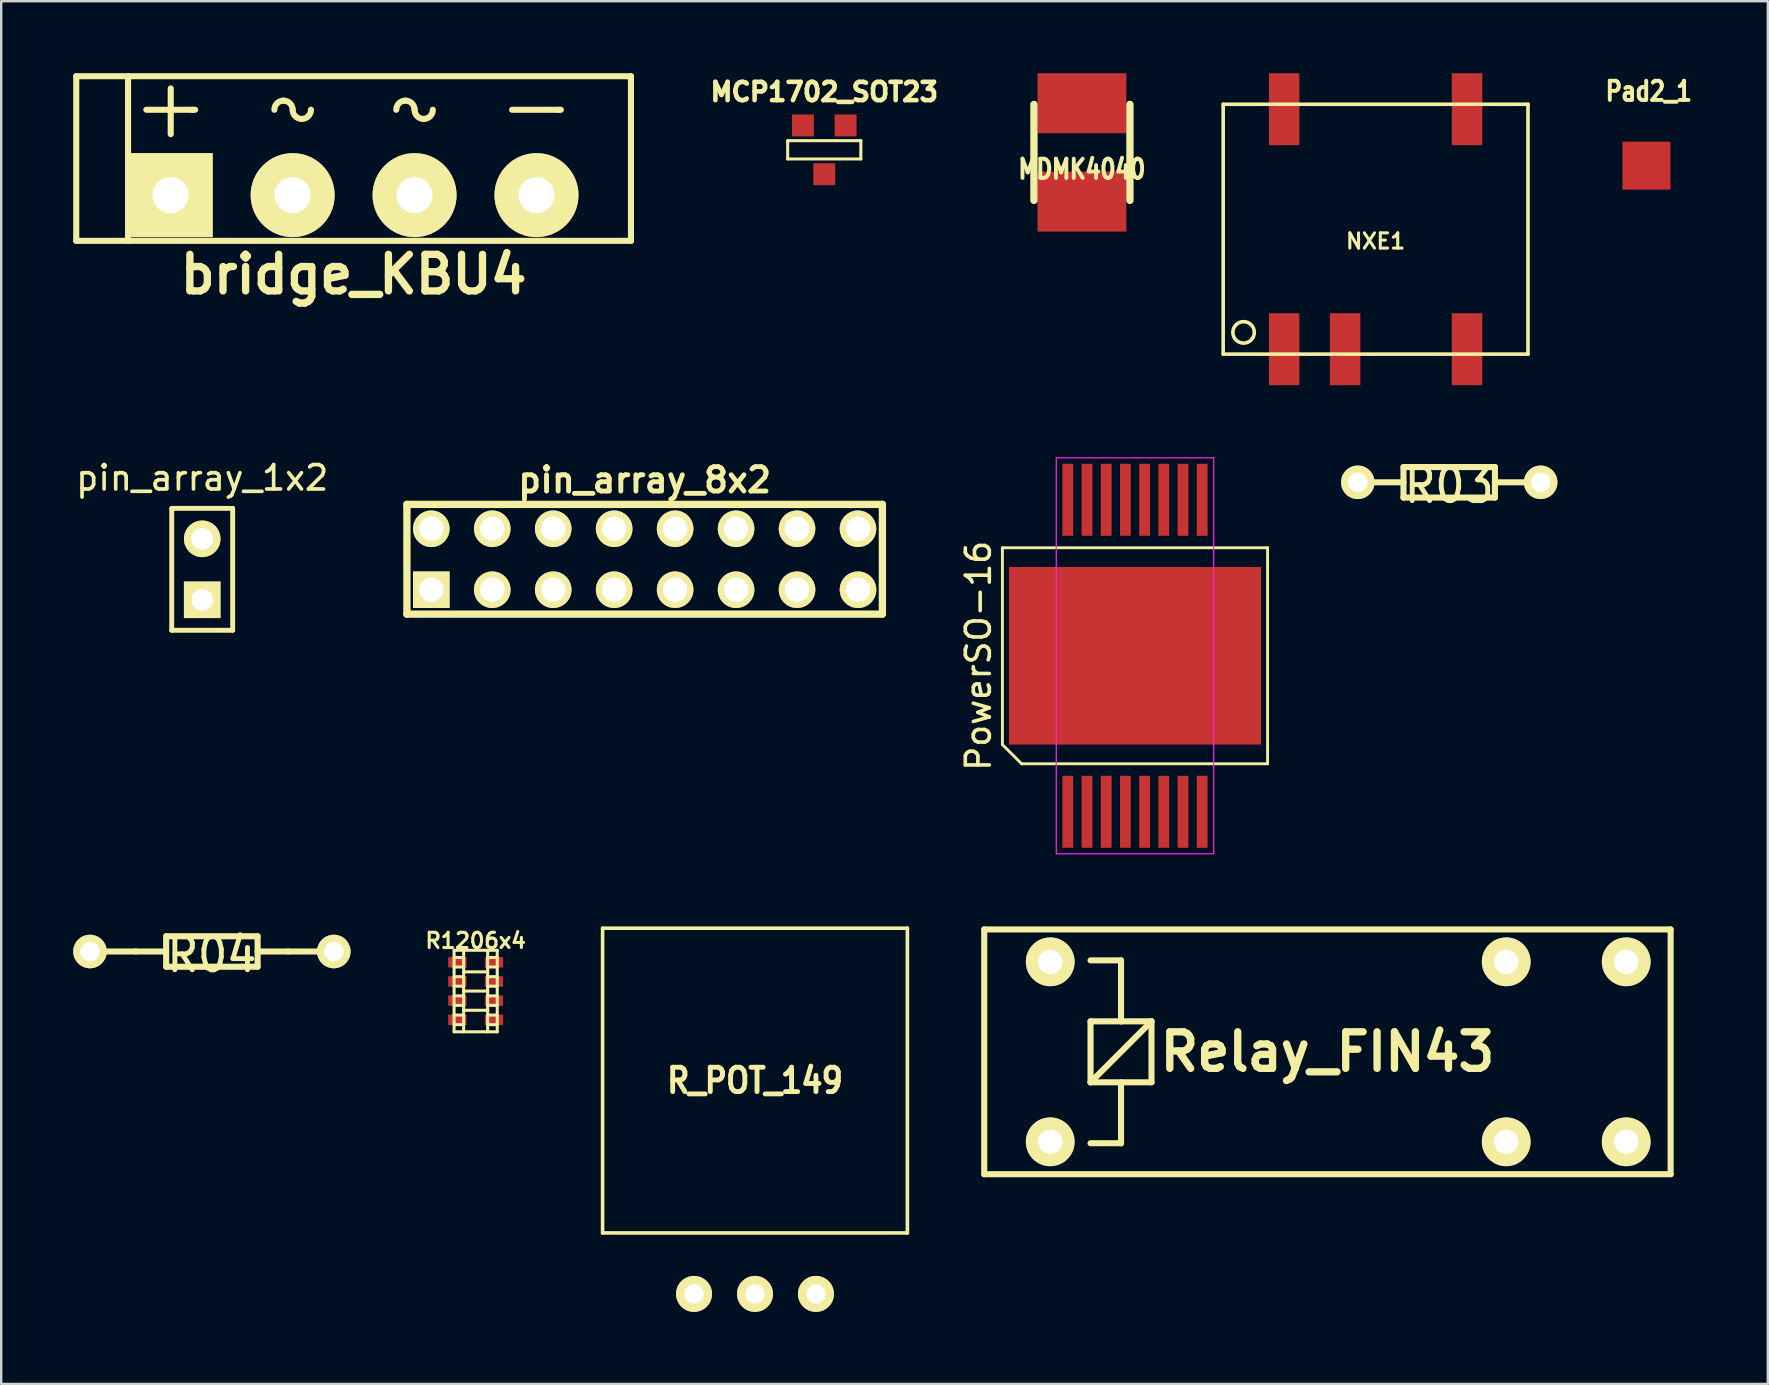
<source format=kicad_pcb>
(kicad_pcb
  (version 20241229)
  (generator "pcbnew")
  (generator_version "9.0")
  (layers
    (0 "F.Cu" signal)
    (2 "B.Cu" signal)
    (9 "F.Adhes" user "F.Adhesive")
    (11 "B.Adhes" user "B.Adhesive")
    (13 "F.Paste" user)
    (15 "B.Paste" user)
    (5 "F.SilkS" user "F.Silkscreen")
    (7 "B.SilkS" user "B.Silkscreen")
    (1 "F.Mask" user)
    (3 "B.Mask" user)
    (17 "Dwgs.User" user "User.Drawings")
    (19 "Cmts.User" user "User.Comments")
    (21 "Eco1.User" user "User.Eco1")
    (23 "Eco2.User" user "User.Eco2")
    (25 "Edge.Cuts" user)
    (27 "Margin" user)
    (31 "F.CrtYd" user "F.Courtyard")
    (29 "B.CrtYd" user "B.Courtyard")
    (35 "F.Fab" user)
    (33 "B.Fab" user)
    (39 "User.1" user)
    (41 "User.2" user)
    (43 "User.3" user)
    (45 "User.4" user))
  (footprint "MDMK4040"
    (layer "F.Cu")
    (at 42.032 3.3)
    (property "Reference" "MDMK4040" (at 0 0.701 0) (layer "F.SilkS") (effects (font (size 0.8 0.65) (thickness 0.163))))
    (attr through_hole)
    (fp_line (start -2 2) (end -2 -2) (stroke (width 0.305) (type solid)) (layer "F.SilkS"))
    (fp_line (start 2 2) (end 2 -2) (stroke (width 0.305) (type solid)) (layer "F.SilkS"))
    (pad "1" smd rect (at 0 2.05) (size 3.7 2.5) (layers "F.Cu" "F.Mask" "F.Paste"))
    (pad "2" smd rect (at 0 -2.05) (size 3.7 2.5) (layers "F.Cu" "F.Mask" "F.Paste")))
  (footprint "R03"
    (layer "F.Cu")
    (at 57.336 17.047)
    (property "Reference" "R03" (at 0 0.127 0) (layer "F.SilkS") (effects (font (size 1.397 1.27) (thickness 0.203))))
    (attr through_hole)
    (fp_line (start -1.905 -0.635) (end -1.905 0.635) (stroke (width 0.254) (type solid)) (layer "F.SilkS"))
    (fp_line (start -1.905 0) (end -3.175 0) (stroke (width 0.254) (type solid)) (layer "F.SilkS"))
    (fp_line (start -1.905 0.635) (end 1.905 0.635) (stroke (width 0.254) (type solid)) (layer "F.SilkS"))
    (fp_line (start 1.905 -0.635) (end -1.905 -0.635) (stroke (width 0.254) (type solid)) (layer "F.SilkS"))
    (fp_line (start 1.905 0) (end 3.175 0) (stroke (width 0.254) (type solid)) (layer "F.SilkS"))
    (fp_line (start 1.905 0.635) (end 1.905 -0.635) (stroke (width 0.254) (type solid)) (layer "F.SilkS"))
    (pad "1" thru_hole circle (at -3.81 0) (size 1.397 1.397) (drill 0.813) (layers "*.Cu" "*.Mask" "F.SilkS"))
    (pad "2" thru_hole circle (at 3.81 0) (size 1.397 1.397) (drill 0.813) (layers "*.Cu" "*.Mask" "F.SilkS")))
  (footprint "R04"
    (layer "F.Cu")
    (at 5.779 36.597)
    (property "Reference" "R04" (at 0 0.127 0) (layer "F.SilkS") (effects (font (size 1.397 1.27) (thickness 0.203))))
    (attr through_hole)
    (fp_line (start -3.175 0) (end -4.445 0) (stroke (width 0.254) (type solid)) (layer "F.SilkS"))
    (fp_line (start -1.905 -0.635) (end -1.905 0.635) (stroke (width 0.254) (type solid)) (layer "F.SilkS"))
    (fp_line (start -1.905 0) (end -3.175 0) (stroke (width 0.254) (type solid)) (layer "F.SilkS"))
    (fp_line (start -1.905 0.635) (end 1.905 0.635) (stroke (width 0.254) (type solid)) (layer "F.SilkS"))
    (fp_line (start 1.905 -0.635) (end -1.905 -0.635) (stroke (width 0.254) (type solid)) (layer "F.SilkS"))
    (fp_line (start 1.905 0) (end 3.175 0) (stroke (width 0.254) (type solid)) (layer "F.SilkS"))
    (fp_line (start 1.905 0.635) (end 1.905 -0.635) (stroke (width 0.254) (type solid)) (layer "F.SilkS"))
    (fp_line (start 3.175 0) (end 4.445 0) (stroke (width 0.254) (type solid)) (layer "F.SilkS"))
    (pad "1" thru_hole circle (at -5.08 0) (size 1.397 1.397) (drill 0.813) (layers "*.Cu" "*.Mask" "F.SilkS"))
    (pad "2" thru_hole circle (at 5.08 0) (size 1.397 1.397) (drill 0.813) (layers "*.Cu" "*.Mask" "F.SilkS")))
  (footprint "MCP1702_SOT23"
    (layer "F.Cu")
    (at 31.295 3.193)
    (property "Reference" "MCP1702_SOT23" (at 0 -2.413 0) (layer "F.SilkS") (effects (font (size 0.762 0.762) (thickness 0.191))))
    (attr smd)
    (fp_line (start -1.524 -0.381) (end 1.524 -0.381) (stroke (width 0.127) (type solid)) (layer "F.SilkS"))
    (fp_line (start -1.524 0.381) (end -1.524 -0.381) (stroke (width 0.127) (type solid)) (layer "F.SilkS"))
    (fp_line (start 1.524 -0.381) (end 1.524 0.381) (stroke (width 0.127) (type solid)) (layer "F.SilkS"))
    (fp_line (start 1.524 0.381) (end -1.524 0.381) (stroke (width 0.127) (type solid)) (layer "F.SilkS"))
    (pad "GND" smd rect (at 0.889 -1.016) (size 0.914 0.914) (layers "F.Cu" "F.Mask" "F.Paste"))
    (pad "VI" smd rect (at 0 1.016) (size 0.914 0.914) (layers "F.Cu" "F.Mask" "F.Paste"))
    (pad "VO" smd rect (at -0.889 -1.016) (size 0.914 0.914) (layers "F.Cu" "F.Mask" "F.Paste")))
  (footprint "R_POT_149"
    (layer "F.Cu")
    (at 28.409 41.975)
    (property "Reference" "R_POT_149" (at 0 0 0) (layer "F.SilkS") (effects (font (size 1.016 0.889) (thickness 0.203))))
    (attr through_hole)
    (fp_line (start -6.35 -6.35) (end 6.35 -6.35) (stroke (width 0.15) (type solid)) (layer "F.SilkS"))
    (fp_line (start -6.35 6.35) (end -6.35 -6.35) (stroke (width 0.15) (type solid)) (layer "F.SilkS"))
    (fp_line (start 6.35 -6.35) (end 6.35 6.35) (stroke (width 0.15) (type solid)) (layer "F.SilkS"))
    (fp_line (start 6.35 6.35) (end -6.35 6.35) (stroke (width 0.15) (type solid)) (layer "F.SilkS"))
    (fp_circle (center 0 0) (end 5.08 0) (stroke (width 0.15) (type solid)) (fill no) (layer "Eco2.User"))
    (pad "1" thru_hole circle (at -2.54 8.89) (size 1.5 1.5) (drill 0.8) (layers "*.Cu" "*.Mask" "F.SilkS"))
    (pad "2" thru_hole circle (at 0 8.89) (size 1.5 1.5) (drill 0.8) (layers "*.Cu" "*.Mask" "F.SilkS"))
    (pad "3" thru_hole circle (at 2.54 8.89) (size 1.5 1.5) (drill 0.8) (layers "*.Cu" "*.Mask" "F.SilkS")))
  (footprint "R1206x4"
    (layer "F.Cu")
    (at 16.77 38.245)
    (property "Reference" "R1206x4" (at 0 -2.101 0) (layer "F.SilkS") (effects (font (size 0.635 0.635) (thickness 0.127))))
    (attr through_hole)
    (fp_line (start -0.899 -1.699) (end -0.899 1.699) (stroke (width 0.127) (type solid)) (layer "F.SilkS"))
    (fp_line (start -0.899 -1.699) (end 0.899 -1.699) (stroke (width 0.127) (type solid)) (layer "F.SilkS"))
    (fp_line (start -0.899 -1.4) (end -0.5 -1.4) (stroke (width 0.127) (type solid)) (layer "F.SilkS"))
    (fp_line (start -0.899 -1.001) (end -0.5 -1.001) (stroke (width 0.127) (type solid)) (layer "F.SilkS"))
    (fp_line (start -0.899 -0.201) (end -0.5 -0.201) (stroke (width 0.127) (type solid)) (layer "F.SilkS"))
    (fp_line (start -0.899 0.599) (end -0.5 0.599) (stroke (width 0.127) (type solid)) (layer "F.SilkS"))
    (fp_line (start -0.899 1.001) (end -0.5 1.001) (stroke (width 0.127) (type solid)) (layer "F.SilkS"))
    (fp_line (start -0.899 1.4) (end -0.5 1.4) (stroke (width 0.127) (type solid)) (layer "F.SilkS"))
    (fp_line (start -0.899 1.699) (end 0.899 1.699) (stroke (width 0.127) (type solid)) (layer "F.SilkS"))
    (fp_line (start -0.5 -0.8) (end 0.5 -0.8) (stroke (width 0.127) (type solid)) (layer "F.SilkS"))
    (fp_line (start -0.5 -0.599) (end -0.899 -0.599) (stroke (width 0.127) (type solid)) (layer "F.SilkS"))
    (fp_line (start -0.5 0) (end 0.5 0) (stroke (width 0.127) (type solid)) (layer "F.SilkS"))
    (fp_line (start -0.5 0.201) (end -0.899 0.201) (stroke (width 0.127) (type solid)) (layer "F.SilkS"))
    (fp_line (start -0.5 0.8) (end 0.5 0.8) (stroke (width 0.127) (type solid)) (layer "F.SilkS"))
    (fp_line (start -0.5 1.699) (end -0.5 -1.699) (stroke (width 0.127) (type solid)) (layer "F.SilkS"))
    (fp_line (start 0.5 -1.699) (end 0.5 1.699) (stroke (width 0.127) (type solid)) (layer "F.SilkS"))
    (fp_line (start 0.5 -1.4) (end 0.899 -1.4) (stroke (width 0.127) (type solid)) (layer "F.SilkS"))
    (fp_line (start 0.5 -1.001) (end 0.899 -1.001) (stroke (width 0.127) (type solid)) (layer "F.SilkS"))
    (fp_line (start 0.5 -0.201) (end 0.899 -0.201) (stroke (width 0.127) (type solid)) (layer "F.SilkS"))
    (fp_line (start 0.5 0.599) (end 0.899 0.599) (stroke (width 0.127) (type solid)) (layer "F.SilkS"))
    (fp_line (start 0.5 1.001) (end 0.899 1.001) (stroke (width 0.127) (type solid)) (layer "F.SilkS"))
    (fp_line (start 0.5 1.4) (end 0.899 1.4) (stroke (width 0.127) (type solid)) (layer "F.SilkS"))
    (fp_line (start 0.899 -0.599) (end 0.5 -0.599) (stroke (width 0.127) (type solid)) (layer "F.SilkS"))
    (fp_line (start 0.899 0.201) (end 0.5 0.201) (stroke (width 0.127) (type solid)) (layer "F.SilkS"))
    (fp_line (start 0.899 1.699) (end 0.899 -1.699) (stroke (width 0.127) (type solid)) (layer "F.SilkS"))
    (pad "1" smd rect (at 0.762 1.199) (size 0.762 0.432) (layers "F.Cu" "F.Mask" "F.Paste"))
    (pad "2" smd rect (at -0.762 1.199) (size 0.762 0.432) (layers "F.Cu" "F.Mask" "F.Paste"))
    (pad "3" smd rect (at 0.762 0.399) (size 0.762 0.432) (layers "F.Cu" "F.Mask" "F.Paste"))
    (pad "4" smd rect (at -0.762 0.399) (size 0.762 0.432) (layers "F.Cu" "F.Mask" "F.Paste"))
    (pad "5" smd rect (at 0.762 -0.399) (size 0.762 0.432) (layers "F.Cu" "F.Mask" "F.Paste"))
    (pad "6" smd rect (at -0.762 -0.399) (size 0.762 0.432) (layers "F.Cu" "F.Mask" "F.Paste"))
    (pad "7" smd rect (at 0.762 -1.199) (size 0.762 0.432) (layers "F.Cu" "F.Mask" "F.Paste"))
    (pad "8" smd rect (at -0.762 -1.199) (size 0.762 0.432) (layers "F.Cu" "F.Mask" "F.Paste")))
  (footprint "PowerSO-16"
    (layer "F.Cu")
    (at 44.243 24.275)
    (property "Reference" "PowerSO-16" (at -6.525 0 90) (layer "F.SilkS") (effects (font (size 1 1) (thickness 0.15))))
    (attr smd)
    (fp_line (start -5.525 -4.5) (end 5.525 -4.5) (stroke (width 0.12) (type solid)) (layer "F.SilkS"))
    (fp_line (start -5.525 3.7) (end -5.525 -4.5) (stroke (width 0.12) (type solid)) (layer "F.SilkS"))
    (fp_line (start -4.725 4.5) (end -5.525 3.7) (stroke (width 0.12) (type solid)) (layer "F.SilkS"))
    (fp_line (start 5.525 -4.5) (end 5.525 4.5) (stroke (width 0.12) (type solid)) (layer "F.SilkS"))
    (fp_line (start 5.525 4.5) (end -4.725 4.5) (stroke (width 0.12) (type solid)) (layer "F.SilkS"))
    (fp_line (start -3.28 -8.25) (end 3.28 -8.25) (stroke (width 0.05) (type solid)) (layer "F.CrtYd"))
    (fp_line (start -3.28 8.25) (end -3.28 -8.25) (stroke (width 0.05) (type solid)) (layer "F.CrtYd"))
    (fp_line (start 3.28 -8.25) (end 3.28 8.25) (stroke (width 0.05) (type solid)) (layer "F.CrtYd"))
    (fp_line (start 3.28 8.25) (end -3.28 8.25) (stroke (width 0.05) (type solid)) (layer "F.CrtYd"))
    (pad "1" smd rect (at -2.8 6.5) (size 0.45 3) (layers "F.Cu" "F.Mask" "F.Paste"))
    (pad "1" smd rect (at 0 0) (size 10.5 7.4) (layers "F.Cu" "F.Mask" "F.Paste"))
    (pad "2" smd rect (at -2 6.5) (size 0.45 3) (layers "F.Cu" "F.Mask" "F.Paste"))
    (pad "3" smd rect (at -1.2 6.5) (size 0.45 3) (layers "F.Cu" "F.Mask" "F.Paste"))
    (pad "4" smd rect (at -0.4 6.5) (size 0.45 3) (layers "F.Cu" "F.Mask" "F.Paste"))
    (pad "5" smd rect (at 0.4 6.5) (size 0.45 3) (layers "F.Cu" "F.Mask" "F.Paste"))
    (pad "6" smd rect (at 1.2 6.5) (size 0.45 3) (layers "F.Cu" "F.Mask" "F.Paste"))
    (pad "7" smd rect (at 2 6.5) (size 0.45 3) (layers "F.Cu" "F.Mask" "F.Paste"))
    (pad "8" smd rect (at 2.8 6.5) (size 0.45 3) (layers "F.Cu" "F.Mask" "F.Paste"))
    (pad "9" smd rect (at 2.8 -6.5) (size 0.45 3) (layers "F.Cu" "F.Mask" "F.Paste"))
    (pad "10" smd rect (at 2 -6.5) (size 0.45 3) (layers "F.Cu" "F.Mask" "F.Paste"))
    (pad "11" smd rect (at 1.2 -6.5) (size 0.45 3) (layers "F.Cu" "F.Mask" "F.Paste"))
    (pad "12" smd rect (at 0.4 -6.5) (size 0.45 3) (layers "F.Cu" "F.Mask" "F.Paste"))
    (pad "13" smd rect (at -0.4 -6.5) (size 0.45 3) (layers "F.Cu" "F.Mask" "F.Paste"))
    (pad "14" smd rect (at -1.2 -6.5) (size 0.45 3) (layers "F.Cu" "F.Mask" "F.Paste"))
    (pad "15" smd rect (at -2 -6.5) (size 0.45 3) (layers "F.Cu" "F.Mask" "F.Paste"))
    (pad "16" smd rect (at -2.8 -6.5) (size 0.45 3) (layers "F.Cu" "F.Mask" "F.Paste")))
  (footprint "Pad2_1"
    (layer "F.Cu")
    (at 65.553 3.852)
    (property "Reference" "Pad2_1" (at 0.099 -3.099 0) (layer "F.SilkS") (effects (font (size 0.8 0.65) (thickness 0.163))))
    (attr through_hole)
    (pad "1" smd rect (at 0 0) (size 1.999 1.999) (layers "F.Cu" "F.Mask" "F.Paste")))
  (footprint "Relay_FIN43"
    (layer "F.Cu")
    (at 52.261 40.777)
    (property "Reference" "Relay_FIN43" (at 0 0 0) (layer "F.SilkS") (effects (font (size 1.524 1.524) (thickness 0.305))))
    (attr through_hole)
    (fp_line (start -14.3 -5.1) (end -14.3 5.1) (stroke (width 0.254) (type solid)) (layer "F.SilkS"))
    (fp_line (start -14.3 5.1) (end 14.3 5.1) (stroke (width 0.254) (type solid)) (layer "F.SilkS"))
    (fp_line (start -9.87 -3.81) (end -8.6 -3.81) (stroke (width 0.254) (type solid)) (layer "F.SilkS"))
    (fp_line (start -9.87 -1.27) (end -9.87 1.27) (stroke (width 0.254) (type solid)) (layer "F.SilkS"))
    (fp_line (start -9.87 1.27) (end -7.33 -1.27) (stroke (width 0.254) (type solid)) (layer "F.SilkS"))
    (fp_line (start -9.87 1.27) (end -7.33 1.27) (stroke (width 0.254) (type solid)) (layer "F.SilkS"))
    (fp_line (start -8.6 -3.81) (end -8.6 -2.54) (stroke (width 0.254) (type solid)) (layer "F.SilkS"))
    (fp_line (start -8.6 -2.54) (end -8.6 -1.27) (stroke (width 0.254) (type solid)) (layer "F.SilkS"))
    (fp_line (start -8.6 -1.27) (end -9.87 -1.27) (stroke (width 0.254) (type solid)) (layer "F.SilkS"))
    (fp_line (start -8.6 1.27) (end -8.6 3.81) (stroke (width 0.254) (type solid)) (layer "F.SilkS"))
    (fp_line (start -8.6 3.81) (end -9.87 3.81) (stroke (width 0.254) (type solid)) (layer "F.SilkS"))
    (fp_line (start -7.33 -1.27) (end -8.6 -1.27) (stroke (width 0.254) (type solid)) (layer "F.SilkS"))
    (fp_line (start -7.33 1.27) (end -7.33 -1.27) (stroke (width 0.254) (type solid)) (layer "F.SilkS"))
    (fp_line (start 14.3 -5.1) (end -14.3 -5.1) (stroke (width 0.254) (type solid)) (layer "F.SilkS"))
    (fp_line (start 14.3 5.1) (end 14.3 -5.1) (stroke (width 0.254) (type solid)) (layer "F.SilkS"))
    (pad "1" thru_hole circle (at -11.55 3.75) (size 2.032 2.032) (drill 1.016) (layers "*.Cu" "*.Mask" "F.SilkS"))
    (pad "2" thru_hole circle (at -11.55 -3.75) (size 2.032 2.032) (drill 1.016) (layers "*.Cu" "*.Mask" "F.SilkS"))
    (pad "3" thru_hole circle (at 12.45 -3.75) (size 2.032 2.032) (drill 1.016) (layers "*.Cu" "*.Mask" "F.SilkS"))
    (pad "3" thru_hole circle (at 12.45 3.75) (size 2.032 2.032) (drill 1.016) (layers "*.Cu" "*.Mask" "F.SilkS"))
    (pad "4" thru_hole circle (at 7.45 -3.75) (size 2.032 2.032) (drill 1.016) (layers "*.Cu" "*.Mask" "F.SilkS"))
    (pad "4" thru_hole circle (at 7.45 3.75) (size 2.032 2.032) (drill 1.016) (layers "*.Cu" "*.Mask" "F.SilkS")))
  (footprint "pin_array_1x2"
    (layer "F.Cu")
    (at 5.376 20.672)
    (property "Reference" "pin_array_1x2" (at 0 -3.81 0) (layer "F.SilkS") (effects (font (size 1.016 1.016) (thickness 0.152))))
    (attr through_hole)
    (fp_line (start -1.27 -2.54) (end 1.27 -2.54) (stroke (width 0.203) (type solid)) (layer "F.SilkS"))
    (fp_line (start -1.27 2.54) (end -1.27 -2.54) (stroke (width 0.203) (type solid)) (layer "F.SilkS"))
    (fp_line (start 1.27 -2.54) (end 1.27 2.54) (stroke (width 0.203) (type solid)) (layer "F.SilkS"))
    (fp_line (start 1.27 2.54) (end -1.27 2.54) (stroke (width 0.203) (type solid)) (layer "F.SilkS"))
    (pad "1" thru_hole rect (at 0 1.27) (size 1.524 1.524) (drill 0.899) (layers "*.Cu" "*.Mask" "F.SilkS"))
    (pad "2" thru_hole circle (at 0 -1.27) (size 1.524 1.524) (drill 0.899) (layers "*.Cu" "*.Mask" "F.SilkS")))
  (footprint "bridge_KBU4"
    (layer "F.Cu")
    (at 11.684 5.08)
    (property "Reference" "bridge_KBU4" (at 0 3.302 0) (layer "F.SilkS") (effects (font (size 1.524 1.524) (thickness 0.305))))
    (attr through_hole)
    (fp_line (start -11.557 -4.953) (end -11.557 1.905) (stroke (width 0.254) (type solid)) (layer "F.SilkS"))
    (fp_line (start -11.557 1.905) (end 11.557 1.905) (stroke (width 0.254) (type solid)) (layer "F.SilkS"))
    (fp_line (start -9.398 -4.953) (end -9.398 1.905) (stroke (width 0.254) (type solid)) (layer "F.SilkS"))
    (fp_line (start -8.636 -3.556) (end -6.731 -3.556) (stroke (width 0.254) (type solid)) (layer "F.SilkS"))
    (fp_line (start -7.62 -4.445) (end -7.62 -2.54) (stroke (width 0.254) (type solid)) (layer "F.SilkS"))
    (fp_line (start -6.731 -3.556) (end -6.604 -3.556) (stroke (width 0.254) (type solid)) (layer "F.SilkS"))
    (fp_line (start 6.604 -3.556) (end 8.509 -3.556) (stroke (width 0.254) (type solid)) (layer "F.SilkS"))
    (fp_line (start 8.509 -3.556) (end 8.636 -3.556) (stroke (width 0.254) (type solid)) (layer "F.SilkS"))
    (fp_line (start 11.557 -4.953) (end -11.557 -4.953) (stroke (width 0.254) (type solid)) (layer "F.SilkS"))
    (fp_line (start 11.557 1.905) (end 11.557 -4.953) (stroke (width 0.254) (type solid)) (layer "F.SilkS"))
    (fp_arc (start -3.302 -3.556) (mid -3.190408 -3.825408) (end -2.921 -3.937) (stroke (width 0.254) (type solid)) (layer "F.SilkS"))
    (fp_arc (start -2.921 -3.937) (mid -2.651592 -3.825408) (end -2.54 -3.556) (stroke (width 0.254) (type solid)) (layer "F.SilkS"))
    (fp_arc (start -2.159 -3.175) (mid -2.428408 -3.286592) (end -2.54 -3.556) (stroke (width 0.254) (type solid)) (layer "F.SilkS"))
    (fp_arc (start -1.778 -3.556) (mid -1.889592 -3.286592) (end -2.159 -3.175) (stroke (width 0.254) (type solid)) (layer "F.SilkS"))
    (fp_arc (start 1.778 -3.556) (mid 1.889592 -3.825408) (end 2.159 -3.937) (stroke (width 0.254) (type solid)) (layer "F.SilkS"))
    (fp_arc (start 2.159 -3.937) (mid 2.428408 -3.825408) (end 2.54 -3.556) (stroke (width 0.254) (type solid)) (layer "F.SilkS"))
    (fp_arc (start 2.921 -3.175) (mid 2.651592 -3.286592) (end 2.54 -3.556) (stroke (width 0.254) (type solid)) (layer "F.SilkS"))
    (fp_arc (start 3.302 -3.556) (mid 3.190408 -3.286592) (end 2.921 -3.175) (stroke (width 0.254) (type solid)) (layer "F.SilkS"))
    (pad "1" thru_hole circle (at 7.62 0) (size 3.5 3.5) (drill 1.501) (layers "*.Cu" "*.Mask" "F.SilkS"))
    (pad "2" thru_hole circle (at -2.54 0) (size 3.5 3.5) (drill 1.501) (layers "*.Cu" "*.Mask" "F.SilkS"))
    (pad "3" thru_hole rect (at -7.62 0) (size 3.5 3.5) (drill 1.501) (layers "*.Cu" "*.Mask" "F.SilkS"))
    (pad "4" thru_hole circle (at 2.54 0) (size 3.5 3.5) (drill 1.501) (layers "*.Cu" "*.Mask" "F.SilkS")))
  (footprint "NXE1"
    (layer "F.Cu")
    (at 54.268 6.5)
    (property "Reference" "NXE1" (at 0 0.5 0) (layer "F.SilkS") (effects (font (size 0.635 0.635) (thickness 0.127))))
    (attr through_hole)
    (fp_line (start -6.35 -5.205) (end 6.35 -5.205) (stroke (width 0.15) (type solid)) (layer "F.SilkS"))
    (fp_line (start -6.35 5.205) (end -6.35 -5.205) (stroke (width 0.15) (type solid)) (layer "F.SilkS"))
    (fp_line (start 6.35 -5.205) (end 6.35 5.205) (stroke (width 0.15) (type solid)) (layer "F.SilkS"))
    (fp_line (start 6.35 5.205) (end -6.35 5.205) (stroke (width 0.15) (type solid)) (layer "F.SilkS"))
    (fp_circle (center -5.5 4.3) (end -5.1 4.5) (stroke (width 0.15) (type solid)) (fill no) (layer "F.SilkS"))
    (pad "1" smd rect (at -3.81 5) (size 1.27 3) (layers "F.Cu" "F.Mask" "F.Paste"))
    (pad "3" smd rect (at -1.27 5) (size 1.27 3) (layers "F.Cu" "F.Mask" "F.Paste"))
    (pad "7" smd rect (at 3.81 5) (size 1.27 3) (layers "F.Cu" "F.Mask" "F.Paste"))
    (pad "8" smd rect (at 3.81 -5) (size 1.27 3) (layers "F.Cu" "F.Mask" "F.Paste"))
    (pad "14" smd rect (at -3.81 -5) (size 1.27 3) (layers "F.Cu" "F.Mask" "F.Paste")))
  (footprint "pin_array_8x2"
    (layer "F.Cu")
    (at 23.811 20.253)
    (property "Reference" "pin_array_8x2" (at 0 -3.302 0) (layer "F.SilkS") (effects (font (size 1.016 1.016) (thickness 0.203))))
    (attr through_hole)
    (fp_line (start -9.906 -2.286) (end 9.906 -2.286) (stroke (width 0.305) (type solid)) (layer "F.SilkS"))
    (fp_line (start -9.906 2.286) (end -9.906 -2.286) (stroke (width 0.305) (type solid)) (layer "F.SilkS"))
    (fp_line (start 9.906 -2.286) (end 9.906 2.286) (stroke (width 0.305) (type solid)) (layer "F.SilkS"))
    (fp_line (start 9.906 2.286) (end -9.906 2.286) (stroke (width 0.305) (type solid)) (layer "F.SilkS"))
    (pad "1" thru_hole rect (at -8.89 1.27) (size 1.524 1.524) (drill 1.016) (layers "*.Cu" "*.Mask" "F.SilkS"))
    (pad "2" thru_hole circle (at -8.89 -1.27) (size 1.524 1.524) (drill 1.016) (layers "*.Cu" "*.Mask" "F.SilkS"))
    (pad "3" thru_hole circle (at -6.35 1.27) (size 1.524 1.524) (drill 1.016) (layers "*.Cu" "*.Mask" "F.SilkS"))
    (pad "4" thru_hole circle (at -6.35 -1.27) (size 1.524 1.524) (drill 1.016) (layers "*.Cu" "*.Mask" "F.SilkS"))
    (pad "5" thru_hole circle (at -3.81 1.27) (size 1.524 1.524) (drill 1.016) (layers "*.Cu" "*.Mask" "F.SilkS"))
    (pad "6" thru_hole circle (at -3.81 -1.27) (size 1.524 1.524) (drill 1.016) (layers "*.Cu" "*.Mask" "F.SilkS"))
    (pad "7" thru_hole circle (at -1.27 1.27) (size 1.524 1.524) (drill 1.016) (layers "*.Cu" "*.Mask" "F.SilkS"))
    (pad "8" thru_hole circle (at -1.27 -1.27) (size 1.524 1.524) (drill 1.016) (layers "*.Cu" "*.Mask" "F.SilkS"))
    (pad "9" thru_hole circle (at 1.27 1.27) (size 1.524 1.524) (drill 1.016) (layers "*.Cu" "*.Mask" "F.SilkS"))
    (pad "10" thru_hole circle (at 1.27 -1.27) (size 1.524 1.524) (drill 1.016) (layers "*.Cu" "*.Mask" "F.SilkS"))
    (pad "11" thru_hole circle (at 3.81 1.27) (size 1.524 1.524) (drill 1.016) (layers "*.Cu" "*.Mask" "F.SilkS"))
    (pad "12" thru_hole circle (at 3.81 -1.27) (size 1.524 1.524) (drill 1.016) (layers "*.Cu" "*.Mask" "F.SilkS"))
    (pad "13" thru_hole circle (at 6.35 1.27) (size 1.524 1.524) (drill 1.016) (layers "*.Cu" "*.Mask" "F.SilkS"))
    (pad "14" thru_hole circle (at 6.35 -1.27) (size 1.524 1.524) (drill 1.016) (layers "*.Cu" "*.Mask" "F.SilkS"))
    (pad "15" thru_hole circle (at 8.89 1.27) (size 1.524 1.524) (drill 1.016) (layers "*.Cu" "*.Mask" "F.SilkS"))
    (pad "16" thru_hole circle (at 8.89 -1.27) (size 1.524 1.524) (drill 1.016) (layers "*.Cu" "*.Mask" "F.SilkS")))
  (gr_rect
    (start -3 -3)
    (end 70.611 54.615)
    (stroke (width 0.1) (type default))
    (fill no)
    (layer "Edge.Cuts")))
</source>
